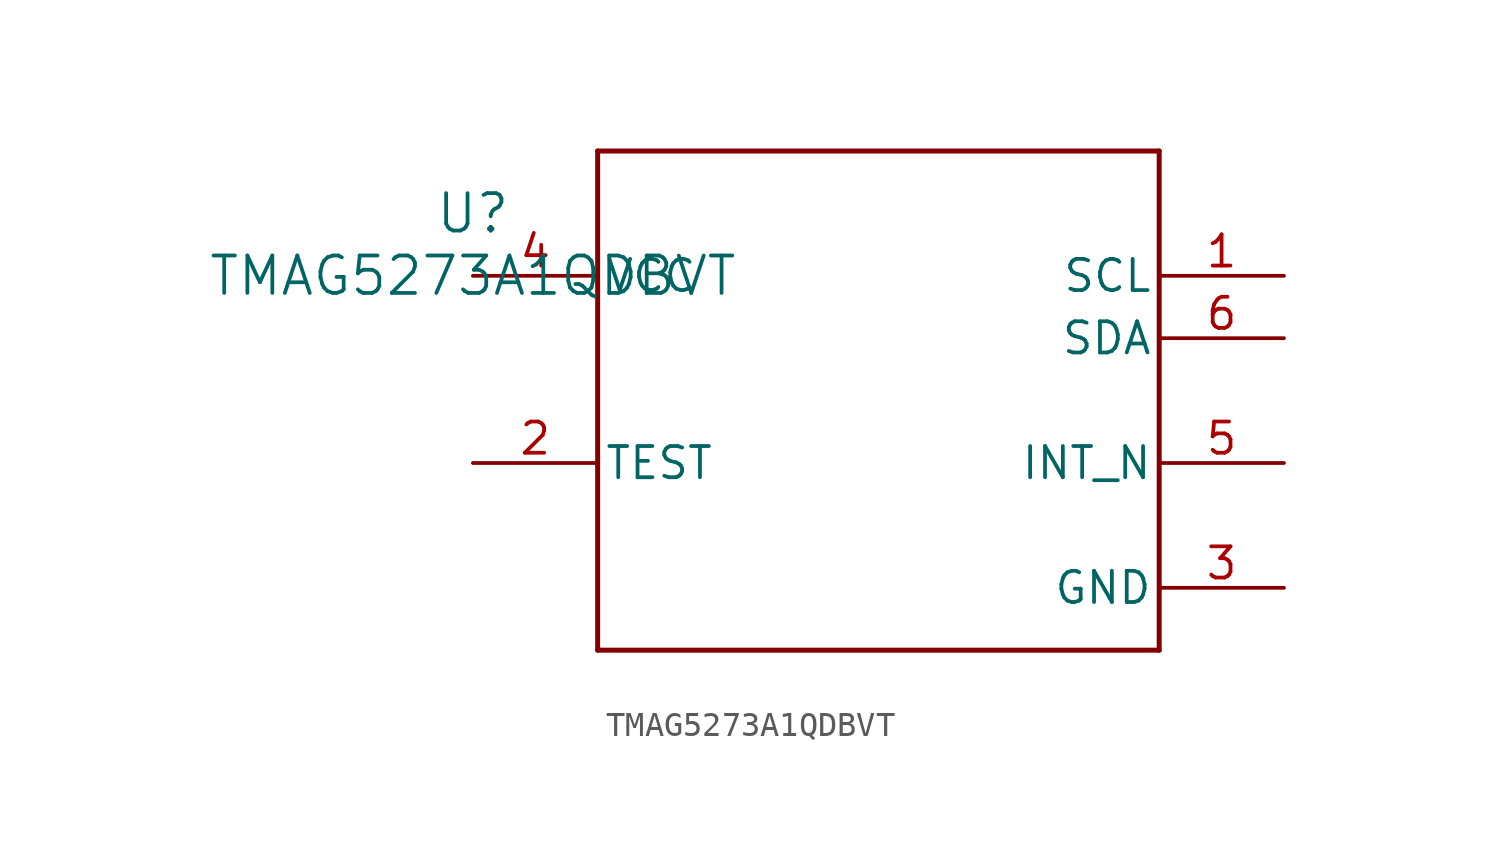
<source format=kicad_sym>
(kicad_symbol_lib
  (version 20211014)
  (generator kicad_symbol_editor)
  (symbol "TMAG5273A1QDBVT"
    (pin_names
      (offset 0.254))
    (property "Reference" "U"
      (at 0 2.54 0)
      (effects (font (size 1.524 1.524))))
    (property "Value" "TMAG5273A1QDBVT"
      (at 0 0 0)
      (effects (font (size 1.524 1.524))))
    (symbol "TMAG5273A1QDBVT_0_1"
      (polyline (pts (xy 5.08 -15.24) (xy 27.94 -15.24)) (stroke (width 0.203) (type default) (color 0 0 0 0)) (fill (type none)))
      (polyline (pts (xy 27.94 -15.24) (xy 27.94 5.08)) (stroke (width 0.203) (type default) (color 0 0 0 0)) (fill (type none)))
      (polyline (pts (xy 27.94 5.08) (xy 5.08 5.08)) (stroke (width 0.203) (type default) (color 0 0 0 0)) (fill (type none)))
      (polyline (pts (xy 5.08 5.08) (xy 5.08 -15.24)) (stroke (width 0.203) (type default) (color 0 0 0 0)) (fill (type none)))
      (pin input line (at 33.02 0 180) (length 5.08) (name "SCL" (effects (font (size 1.27 1.27)))) (number "1" (effects (font (size 1.27 1.27)))))
      (pin input line (at 0 -7.62 0) (length 5.08) (name "TEST" (effects (font (size 1.27 1.27)))) (number "2" (effects (font (size 1.27 1.27)))))
      (pin power_in line (at 33.02 -12.7 180) (length 5.08) (name "GND" (effects (font (size 1.27 1.27)))) (number "3" (effects (font (size 1.27 1.27)))))
      (pin power_in line (at 0 0 0) (length 5.08) (name "VCC" (effects (font (size 1.27 1.27)))) (number "4" (effects (font (size 1.27 1.27)))))
      (pin output line (at 33.02 -7.62 180) (length 5.08) (name "INT_N" (effects (font (size 1.27 1.27)))) (number "5" (effects (font (size 1.27 1.27)))))
      (pin bidirectional line (at 33.02 -2.54 180) (length 5.08) (name "SDA" (effects (font (size 1.27 1.27)))) (number "6" (effects (font (size 1.27 1.27))))))))
</source>
